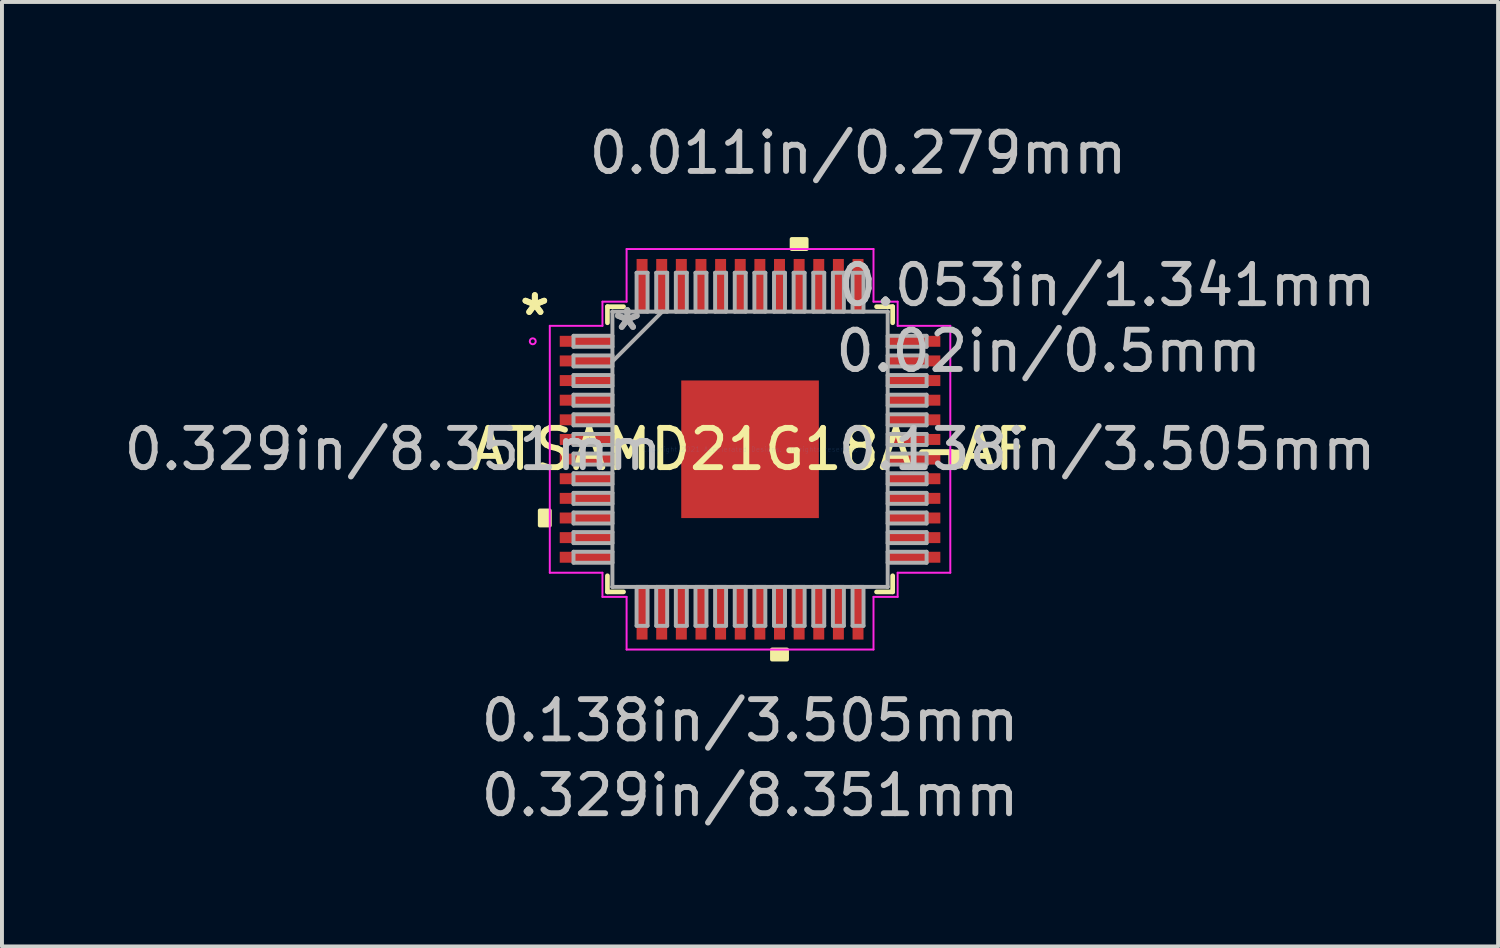
<source format=kicad_pcb>
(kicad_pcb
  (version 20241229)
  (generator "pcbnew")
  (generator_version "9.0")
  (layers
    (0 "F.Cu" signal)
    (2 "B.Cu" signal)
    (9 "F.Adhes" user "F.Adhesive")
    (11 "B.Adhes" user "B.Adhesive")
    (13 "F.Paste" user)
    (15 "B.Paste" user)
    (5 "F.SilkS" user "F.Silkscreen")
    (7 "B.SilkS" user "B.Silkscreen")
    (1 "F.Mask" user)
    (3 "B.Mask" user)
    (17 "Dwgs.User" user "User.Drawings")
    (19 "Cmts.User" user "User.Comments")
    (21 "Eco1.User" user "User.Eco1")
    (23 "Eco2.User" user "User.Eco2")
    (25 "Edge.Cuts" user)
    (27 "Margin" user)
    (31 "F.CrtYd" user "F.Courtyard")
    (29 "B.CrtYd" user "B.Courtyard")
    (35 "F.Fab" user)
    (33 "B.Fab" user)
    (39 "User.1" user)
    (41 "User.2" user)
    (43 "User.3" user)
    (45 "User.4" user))
  (footprint "ATSAMD21G18A-AF"
    (layer "F.Cu")
    (at 16.052 8.392)
    (property "Reference" "ATSAMD21G18A-AF" (at 0 0 0) (layer "F.SilkS") (effects (font (size 1 1) (thickness 0.15))))
    (attr through_hole)
    (fp_line (start -3.632 -3.632) (end -3.632 -3.222) (stroke (width 0.12) (type solid)) (layer "F.SilkS"))
    (fp_line (start -3.632 3.222) (end -3.632 3.632) (stroke (width 0.12) (type solid)) (layer "F.SilkS"))
    (fp_line (start -3.632 3.632) (end -3.222 3.632) (stroke (width 0.12) (type solid)) (layer "F.SilkS"))
    (fp_line (start -3.222 -3.632) (end -3.632 -3.632) (stroke (width 0.12) (type solid)) (layer "F.SilkS"))
    (fp_line (start 3.222 3.632) (end 3.632 3.632) (stroke (width 0.12) (type solid)) (layer "F.SilkS"))
    (fp_line (start 3.632 -3.632) (end 3.222 -3.632) (stroke (width 0.12) (type solid)) (layer "F.SilkS"))
    (fp_line (start 3.632 -3.222) (end 3.632 -3.632) (stroke (width 0.12) (type solid)) (layer "F.SilkS"))
    (fp_line (start 3.632 3.632) (end 3.632 3.222) (stroke (width 0.12) (type solid)) (layer "F.SilkS"))
    (fp_poly (pts (xy -5.354 1.559) (xy -5.354 1.94) (xy -5.1 1.94) (xy -5.1 1.559)) (stroke (width 0.1) (type solid)) (fill yes) (layer "F.SilkS"))
    (fp_poly (pts (xy 0.56 5.1) (xy 0.56 5.354) (xy 0.941 5.354) (xy 0.941 5.1)) (stroke (width 0.1) (type solid)) (fill yes) (layer "F.SilkS"))
    (fp_poly (pts (xy 1.06 -5.1) (xy 1.06 -5.354) (xy 1.44 -5.354) (xy 1.44 -5.1)) (stroke (width 0.1) (type solid)) (fill yes) (layer "F.SilkS"))
    (fp_poly (pts (xy 5.354 0.059) (xy 5.354 0.441) (xy 5.1 0.441) (xy 5.1 0.059)) (stroke (width 0.1) (type solid)) (fill yes) (layer "F.SilkS"))
    (fp_poly (pts (xy -1.653 -1.653) (xy -1.653 -0.1) (xy -0.1 -0.1) (xy -0.1 -1.653)) (stroke (width 0.1) (type solid)) (fill yes) (layer "F.Paste"))
    (fp_poly (pts (xy -1.653 0.1) (xy -1.653 1.653) (xy -0.1 1.653) (xy -0.1 0.1)) (stroke (width 0.1) (type solid)) (fill yes) (layer "F.Paste"))
    (fp_poly (pts (xy 0.1 -1.653) (xy 0.1 -0.1) (xy 1.653 -0.1) (xy 1.653 -1.653)) (stroke (width 0.1) (type solid)) (fill yes) (layer "F.Paste"))
    (fp_poly (pts (xy 0.1 0.1) (xy 0.1 1.653) (xy 1.653 1.653) (xy 1.653 0.1)) (stroke (width 0.1) (type solid)) (fill yes) (layer "F.Paste"))
    (fp_line (start -5.1 -3.144) (end -3.759 -3.144) (stroke (width 0.05) (type solid)) (layer "F.CrtYd"))
    (fp_line (start -5.1 3.144) (end -5.1 -3.144) (stroke (width 0.05) (type solid)) (layer "F.CrtYd"))
    (fp_line (start -3.759 -3.759) (end -3.144 -3.759) (stroke (width 0.05) (type solid)) (layer "F.CrtYd"))
    (fp_line (start -3.759 -3.144) (end -3.759 -3.759) (stroke (width 0.05) (type solid)) (layer "F.CrtYd"))
    (fp_line (start -3.759 3.144) (end -5.1 3.144) (stroke (width 0.05) (type solid)) (layer "F.CrtYd"))
    (fp_line (start -3.759 3.759) (end -3.759 3.144) (stroke (width 0.05) (type solid)) (layer "F.CrtYd"))
    (fp_line (start -3.144 -5.1) (end 3.144 -5.1) (stroke (width 0.05) (type solid)) (layer "F.CrtYd"))
    (fp_line (start -3.144 -3.759) (end -3.144 -5.1) (stroke (width 0.05) (type solid)) (layer "F.CrtYd"))
    (fp_line (start -3.144 3.759) (end -3.759 3.759) (stroke (width 0.05) (type solid)) (layer "F.CrtYd"))
    (fp_line (start -3.144 5.1) (end -3.144 3.759) (stroke (width 0.05) (type solid)) (layer "F.CrtYd"))
    (fp_line (start 3.144 -5.1) (end 3.144 -3.759) (stroke (width 0.05) (type solid)) (layer "F.CrtYd"))
    (fp_line (start 3.144 -3.759) (end 3.759 -3.759) (stroke (width 0.05) (type solid)) (layer "F.CrtYd"))
    (fp_line (start 3.144 3.759) (end 3.144 5.1) (stroke (width 0.05) (type solid)) (layer "F.CrtYd"))
    (fp_line (start 3.144 5.1) (end -3.144 5.1) (stroke (width 0.05) (type solid)) (layer "F.CrtYd"))
    (fp_line (start 3.759 -3.759) (end 3.759 -3.144) (stroke (width 0.05) (type solid)) (layer "F.CrtYd"))
    (fp_line (start 3.759 -3.144) (end 5.1 -3.144) (stroke (width 0.05) (type solid)) (layer "F.CrtYd"))
    (fp_line (start 3.759 3.144) (end 3.759 3.759) (stroke (width 0.05) (type solid)) (layer "F.CrtYd"))
    (fp_line (start 3.759 3.759) (end 3.144 3.759) (stroke (width 0.05) (type solid)) (layer "F.CrtYd"))
    (fp_line (start 5.1 -3.144) (end 5.1 3.144) (stroke (width 0.05) (type solid)) (layer "F.CrtYd"))
    (fp_line (start 5.1 3.144) (end 3.759 3.144) (stroke (width 0.05) (type solid)) (layer "F.CrtYd"))
    (fp_circle (center -5.534 -2.75) (end -5.458 -2.75) (stroke (width 0.05) (type solid)) (fill no) (layer "F.CrtYd"))
    (fp_line (start -4.496 -2.89) (end -4.496 -2.61) (stroke (width 0.1) (type solid)) (layer "F.Fab"))
    (fp_line (start -4.496 -2.61) (end -3.505 -2.61) (stroke (width 0.1) (type solid)) (layer "F.Fab"))
    (fp_line (start -4.496 -2.39) (end -4.496 -2.11) (stroke (width 0.1) (type solid)) (layer "F.Fab"))
    (fp_line (start -4.496 -2.11) (end -3.505 -2.11) (stroke (width 0.1) (type solid)) (layer "F.Fab"))
    (fp_line (start -4.496 -1.89) (end -4.496 -1.61) (stroke (width 0.1) (type solid)) (layer "F.Fab"))
    (fp_line (start -4.496 -1.61) (end -3.505 -1.61) (stroke (width 0.1) (type solid)) (layer "F.Fab"))
    (fp_line (start -4.496 -1.39) (end -4.496 -1.11) (stroke (width 0.1) (type solid)) (layer "F.Fab"))
    (fp_line (start -4.496 -1.11) (end -3.505 -1.11) (stroke (width 0.1) (type solid)) (layer "F.Fab"))
    (fp_line (start -4.496 -0.89) (end -4.496 -0.61) (stroke (width 0.1) (type solid)) (layer "F.Fab"))
    (fp_line (start -4.496 -0.61) (end -3.505 -0.61) (stroke (width 0.1) (type solid)) (layer "F.Fab"))
    (fp_line (start -4.496 -0.39) (end -4.496 -0.11) (stroke (width 0.1) (type solid)) (layer "F.Fab"))
    (fp_line (start -4.496 -0.11) (end -3.505 -0.11) (stroke (width 0.1) (type solid)) (layer "F.Fab"))
    (fp_line (start -4.496 0.11) (end -4.496 0.39) (stroke (width 0.1) (type solid)) (layer "F.Fab"))
    (fp_line (start -4.496 0.39) (end -3.505 0.39) (stroke (width 0.1) (type solid)) (layer "F.Fab"))
    (fp_line (start -4.496 0.61) (end -4.496 0.89) (stroke (width 0.1) (type solid)) (layer "F.Fab"))
    (fp_line (start -4.496 0.89) (end -3.505 0.89) (stroke (width 0.1) (type solid)) (layer "F.Fab"))
    (fp_line (start -4.496 1.11) (end -4.496 1.39) (stroke (width 0.1) (type solid)) (layer "F.Fab"))
    (fp_line (start -4.496 1.39) (end -3.505 1.39) (stroke (width 0.1) (type solid)) (layer "F.Fab"))
    (fp_line (start -4.496 1.61) (end -4.496 1.89) (stroke (width 0.1) (type solid)) (layer "F.Fab"))
    (fp_line (start -4.496 1.89) (end -3.505 1.89) (stroke (width 0.1) (type solid)) (layer "F.Fab"))
    (fp_line (start -4.496 2.11) (end -4.496 2.39) (stroke (width 0.1) (type solid)) (layer "F.Fab"))
    (fp_line (start -4.496 2.39) (end -3.505 2.39) (stroke (width 0.1) (type solid)) (layer "F.Fab"))
    (fp_line (start -4.496 2.61) (end -4.496 2.89) (stroke (width 0.1) (type solid)) (layer "F.Fab"))
    (fp_line (start -4.496 2.89) (end -3.505 2.89) (stroke (width 0.1) (type solid)) (layer "F.Fab"))
    (fp_line (start -3.505 -3.505) (end -3.505 -3.505) (stroke (width 0.1) (type solid)) (layer "F.Fab"))
    (fp_line (start -3.505 -3.505) (end -3.505 3.505) (stroke (width 0.1) (type solid)) (layer "F.Fab"))
    (fp_line (start -3.505 -2.89) (end -4.496 -2.89) (stroke (width 0.1) (type solid)) (layer "F.Fab"))
    (fp_line (start -3.505 -2.61) (end -3.505 -2.89) (stroke (width 0.1) (type solid)) (layer "F.Fab"))
    (fp_line (start -3.505 -2.39) (end -4.496 -2.39) (stroke (width 0.1) (type solid)) (layer "F.Fab"))
    (fp_line (start -3.505 -2.235) (end -2.235 -3.505) (stroke (width 0.1) (type solid)) (layer "F.Fab"))
    (fp_line (start -3.505 -2.11) (end -3.505 -2.39) (stroke (width 0.1) (type solid)) (layer "F.Fab"))
    (fp_line (start -3.505 -1.89) (end -4.496 -1.89) (stroke (width 0.1) (type solid)) (layer "F.Fab"))
    (fp_line (start -3.505 -1.61) (end -3.505 -1.89) (stroke (width 0.1) (type solid)) (layer "F.Fab"))
    (fp_line (start -3.505 -1.39) (end -4.496 -1.39) (stroke (width 0.1) (type solid)) (layer "F.Fab"))
    (fp_line (start -3.505 -1.11) (end -3.505 -1.39) (stroke (width 0.1) (type solid)) (layer "F.Fab"))
    (fp_line (start -3.505 -0.89) (end -4.496 -0.89) (stroke (width 0.1) (type solid)) (layer "F.Fab"))
    (fp_line (start -3.505 -0.61) (end -3.505 -0.89) (stroke (width 0.1) (type solid)) (layer "F.Fab"))
    (fp_line (start -3.505 -0.39) (end -4.496 -0.39) (stroke (width 0.1) (type solid)) (layer "F.Fab"))
    (fp_line (start -3.505 -0.11) (end -3.505 -0.39) (stroke (width 0.1) (type solid)) (layer "F.Fab"))
    (fp_line (start -3.505 0.11) (end -4.496 0.11) (stroke (width 0.1) (type solid)) (layer "F.Fab"))
    (fp_line (start -3.505 0.39) (end -3.505 0.11) (stroke (width 0.1) (type solid)) (layer "F.Fab"))
    (fp_line (start -3.505 0.61) (end -4.496 0.61) (stroke (width 0.1) (type solid)) (layer "F.Fab"))
    (fp_line (start -3.505 0.89) (end -3.505 0.61) (stroke (width 0.1) (type solid)) (layer "F.Fab"))
    (fp_line (start -3.505 1.11) (end -4.496 1.11) (stroke (width 0.1) (type solid)) (layer "F.Fab"))
    (fp_line (start -3.505 1.39) (end -3.505 1.11) (stroke (width 0.1) (type solid)) (layer "F.Fab"))
    (fp_line (start -3.505 1.61) (end -4.496 1.61) (stroke (width 0.1) (type solid)) (layer "F.Fab"))
    (fp_line (start -3.505 1.89) (end -3.505 1.61) (stroke (width 0.1) (type solid)) (layer "F.Fab"))
    (fp_line (start -3.505 2.11) (end -4.496 2.11) (stroke (width 0.1) (type solid)) (layer "F.Fab"))
    (fp_line (start -3.505 2.39) (end -3.505 2.11) (stroke (width 0.1) (type solid)) (layer "F.Fab"))
    (fp_line (start -3.505 2.61) (end -4.496 2.61) (stroke (width 0.1) (type solid)) (layer "F.Fab"))
    (fp_line (start -3.505 2.89) (end -3.505 2.61) (stroke (width 0.1) (type solid)) (layer "F.Fab"))
    (fp_line (start -3.505 3.505) (end -3.505 3.505) (stroke (width 0.1) (type solid)) (layer "F.Fab"))
    (fp_line (start -3.505 3.505) (end 3.505 3.505) (stroke (width 0.1) (type solid)) (layer "F.Fab"))
    (fp_line (start -2.89 -4.496) (end -2.89 -3.505) (stroke (width 0.1) (type solid)) (layer "F.Fab"))
    (fp_line (start -2.89 -3.505) (end -2.61 -3.505) (stroke (width 0.1) (type solid)) (layer "F.Fab"))
    (fp_line (start -2.89 3.505) (end -2.89 4.496) (stroke (width 0.1) (type solid)) (layer "F.Fab"))
    (fp_line (start -2.89 4.496) (end -2.61 4.496) (stroke (width 0.1) (type solid)) (layer "F.Fab"))
    (fp_line (start -2.61 -4.496) (end -2.89 -4.496) (stroke (width 0.1) (type solid)) (layer "F.Fab"))
    (fp_line (start -2.61 -3.505) (end -2.61 -4.496) (stroke (width 0.1) (type solid)) (layer "F.Fab"))
    (fp_line (start -2.61 3.505) (end -2.89 3.505) (stroke (width 0.1) (type solid)) (layer "F.Fab"))
    (fp_line (start -2.61 4.496) (end -2.61 3.505) (stroke (width 0.1) (type solid)) (layer "F.Fab"))
    (fp_line (start -2.39 -4.496) (end -2.39 -3.505) (stroke (width 0.1) (type solid)) (layer "F.Fab"))
    (fp_line (start -2.39 -3.505) (end -2.11 -3.505) (stroke (width 0.1) (type solid)) (layer "F.Fab"))
    (fp_line (start -2.39 3.505) (end -2.39 4.496) (stroke (width 0.1) (type solid)) (layer "F.Fab"))
    (fp_line (start -2.39 4.496) (end -2.11 4.496) (stroke (width 0.1) (type solid)) (layer "F.Fab"))
    (fp_line (start -2.11 -4.496) (end -2.39 -4.496) (stroke (width 0.1) (type solid)) (layer "F.Fab"))
    (fp_line (start -2.11 -3.505) (end -2.11 -4.496) (stroke (width 0.1) (type solid)) (layer "F.Fab"))
    (fp_line (start -2.11 3.505) (end -2.39 3.505) (stroke (width 0.1) (type solid)) (layer "F.Fab"))
    (fp_line (start -2.11 4.496) (end -2.11 3.505) (stroke (width 0.1) (type solid)) (layer "F.Fab"))
    (fp_line (start -1.89 -4.496) (end -1.89 -3.505) (stroke (width 0.1) (type solid)) (layer "F.Fab"))
    (fp_line (start -1.89 -3.505) (end -1.61 -3.505) (stroke (width 0.1) (type solid)) (layer "F.Fab"))
    (fp_line (start -1.89 3.505) (end -1.89 4.496) (stroke (width 0.1) (type solid)) (layer "F.Fab"))
    (fp_line (start -1.89 4.496) (end -1.61 4.496) (stroke (width 0.1) (type solid)) (layer "F.Fab"))
    (fp_line (start -1.61 -4.496) (end -1.89 -4.496) (stroke (width 0.1) (type solid)) (layer "F.Fab"))
    (fp_line (start -1.61 -3.505) (end -1.61 -4.496) (stroke (width 0.1) (type solid)) (layer "F.Fab"))
    (fp_line (start -1.61 3.505) (end -1.89 3.505) (stroke (width 0.1) (type solid)) (layer "F.Fab"))
    (fp_line (start -1.61 4.496) (end -1.61 3.505) (stroke (width 0.1) (type solid)) (layer "F.Fab"))
    (fp_line (start -1.39 -4.496) (end -1.39 -3.505) (stroke (width 0.1) (type solid)) (layer "F.Fab"))
    (fp_line (start -1.39 -3.505) (end -1.11 -3.505) (stroke (width 0.1) (type solid)) (layer "F.Fab"))
    (fp_line (start -1.39 3.505) (end -1.39 4.496) (stroke (width 0.1) (type solid)) (layer "F.Fab"))
    (fp_line (start -1.39 4.496) (end -1.11 4.496) (stroke (width 0.1) (type solid)) (layer "F.Fab"))
    (fp_line (start -1.11 -4.496) (end -1.39 -4.496) (stroke (width 0.1) (type solid)) (layer "F.Fab"))
    (fp_line (start -1.11 -3.505) (end -1.11 -4.496) (stroke (width 0.1) (type solid)) (layer "F.Fab"))
    (fp_line (start -1.11 3.505) (end -1.39 3.505) (stroke (width 0.1) (type solid)) (layer "F.Fab"))
    (fp_line (start -1.11 4.496) (end -1.11 3.505) (stroke (width 0.1) (type solid)) (layer "F.Fab"))
    (fp_line (start -0.89 -4.496) (end -0.89 -3.505) (stroke (width 0.1) (type solid)) (layer "F.Fab"))
    (fp_line (start -0.89 -3.505) (end -0.61 -3.505) (stroke (width 0.1) (type solid)) (layer "F.Fab"))
    (fp_line (start -0.89 3.505) (end -0.89 4.496) (stroke (width 0.1) (type solid)) (layer "F.Fab"))
    (fp_line (start -0.89 4.496) (end -0.61 4.496) (stroke (width 0.1) (type solid)) (layer "F.Fab"))
    (fp_line (start -0.61 -4.496) (end -0.89 -4.496) (stroke (width 0.1) (type solid)) (layer "F.Fab"))
    (fp_line (start -0.61 -3.505) (end -0.61 -4.496) (stroke (width 0.1) (type solid)) (layer "F.Fab"))
    (fp_line (start -0.61 3.505) (end -0.89 3.505) (stroke (width 0.1) (type solid)) (layer "F.Fab"))
    (fp_line (start -0.61 4.496) (end -0.61 3.505) (stroke (width 0.1) (type solid)) (layer "F.Fab"))
    (fp_line (start -0.39 -4.496) (end -0.39 -3.505) (stroke (width 0.1) (type solid)) (layer "F.Fab"))
    (fp_line (start -0.39 -3.505) (end -0.11 -3.505) (stroke (width 0.1) (type solid)) (layer "F.Fab"))
    (fp_line (start -0.39 3.505) (end -0.39 4.496) (stroke (width 0.1) (type solid)) (layer "F.Fab"))
    (fp_line (start -0.39 4.496) (end -0.11 4.496) (stroke (width 0.1) (type solid)) (layer "F.Fab"))
    (fp_line (start -0.11 -4.496) (end -0.39 -4.496) (stroke (width 0.1) (type solid)) (layer "F.Fab"))
    (fp_line (start -0.11 -3.505) (end -0.11 -4.496) (stroke (width 0.1) (type solid)) (layer "F.Fab"))
    (fp_line (start -0.11 3.505) (end -0.39 3.505) (stroke (width 0.1) (type solid)) (layer "F.Fab"))
    (fp_line (start -0.11 4.496) (end -0.11 3.505) (stroke (width 0.1) (type solid)) (layer "F.Fab"))
    (fp_line (start 0.11 -4.496) (end 0.11 -3.505) (stroke (width 0.1) (type solid)) (layer "F.Fab"))
    (fp_line (start 0.11 -3.505) (end 0.39 -3.505) (stroke (width 0.1) (type solid)) (layer "F.Fab"))
    (fp_line (start 0.11 3.505) (end 0.11 4.496) (stroke (width 0.1) (type solid)) (layer "F.Fab"))
    (fp_line (start 0.11 4.496) (end 0.39 4.496) (stroke (width 0.1) (type solid)) (layer "F.Fab"))
    (fp_line (start 0.39 -4.496) (end 0.11 -4.496) (stroke (width 0.1) (type solid)) (layer "F.Fab"))
    (fp_line (start 0.39 -3.505) (end 0.39 -4.496) (stroke (width 0.1) (type solid)) (layer "F.Fab"))
    (fp_line (start 0.39 3.505) (end 0.11 3.505) (stroke (width 0.1) (type solid)) (layer "F.Fab"))
    (fp_line (start 0.39 4.496) (end 0.39 3.505) (stroke (width 0.1) (type solid)) (layer "F.Fab"))
    (fp_line (start 0.61 -4.496) (end 0.61 -3.505) (stroke (width 0.1) (type solid)) (layer "F.Fab"))
    (fp_line (start 0.61 -3.505) (end 0.89 -3.505) (stroke (width 0.1) (type solid)) (layer "F.Fab"))
    (fp_line (start 0.61 3.505) (end 0.61 4.496) (stroke (width 0.1) (type solid)) (layer "F.Fab"))
    (fp_line (start 0.61 4.496) (end 0.89 4.496) (stroke (width 0.1) (type solid)) (layer "F.Fab"))
    (fp_line (start 0.89 -4.496) (end 0.61 -4.496) (stroke (width 0.1) (type solid)) (layer "F.Fab"))
    (fp_line (start 0.89 -3.505) (end 0.89 -4.496) (stroke (width 0.1) (type solid)) (layer "F.Fab"))
    (fp_line (start 0.89 3.505) (end 0.61 3.505) (stroke (width 0.1) (type solid)) (layer "F.Fab"))
    (fp_line (start 0.89 4.496) (end 0.89 3.505) (stroke (width 0.1) (type solid)) (layer "F.Fab"))
    (fp_line (start 1.11 -4.496) (end 1.11 -3.505) (stroke (width 0.1) (type solid)) (layer "F.Fab"))
    (fp_line (start 1.11 -3.505) (end 1.39 -3.505) (stroke (width 0.1) (type solid)) (layer "F.Fab"))
    (fp_line (start 1.11 3.505) (end 1.11 4.496) (stroke (width 0.1) (type solid)) (layer "F.Fab"))
    (fp_line (start 1.11 4.496) (end 1.39 4.496) (stroke (width 0.1) (type solid)) (layer "F.Fab"))
    (fp_line (start 1.39 -4.496) (end 1.11 -4.496) (stroke (width 0.1) (type solid)) (layer "F.Fab"))
    (fp_line (start 1.39 -3.505) (end 1.39 -4.496) (stroke (width 0.1) (type solid)) (layer "F.Fab"))
    (fp_line (start 1.39 3.505) (end 1.11 3.505) (stroke (width 0.1) (type solid)) (layer "F.Fab"))
    (fp_line (start 1.39 4.496) (end 1.39 3.505) (stroke (width 0.1) (type solid)) (layer "F.Fab"))
    (fp_line (start 1.61 -4.496) (end 1.61 -3.505) (stroke (width 0.1) (type solid)) (layer "F.Fab"))
    (fp_line (start 1.61 -3.505) (end 1.89 -3.505) (stroke (width 0.1) (type solid)) (layer "F.Fab"))
    (fp_line (start 1.61 3.505) (end 1.61 4.496) (stroke (width 0.1) (type solid)) (layer "F.Fab"))
    (fp_line (start 1.61 4.496) (end 1.89 4.496) (stroke (width 0.1) (type solid)) (layer "F.Fab"))
    (fp_line (start 1.89 -4.496) (end 1.61 -4.496) (stroke (width 0.1) (type solid)) (layer "F.Fab"))
    (fp_line (start 1.89 -3.505) (end 1.89 -4.496) (stroke (width 0.1) (type solid)) (layer "F.Fab"))
    (fp_line (start 1.89 3.505) (end 1.61 3.505) (stroke (width 0.1) (type solid)) (layer "F.Fab"))
    (fp_line (start 1.89 4.496) (end 1.89 3.505) (stroke (width 0.1) (type solid)) (layer "F.Fab"))
    (fp_line (start 2.11 -4.496) (end 2.11 -3.505) (stroke (width 0.1) (type solid)) (layer "F.Fab"))
    (fp_line (start 2.11 -3.505) (end 2.39 -3.505) (stroke (width 0.1) (type solid)) (layer "F.Fab"))
    (fp_line (start 2.11 3.505) (end 2.11 4.496) (stroke (width 0.1) (type solid)) (layer "F.Fab"))
    (fp_line (start 2.11 4.496) (end 2.39 4.496) (stroke (width 0.1) (type solid)) (layer "F.Fab"))
    (fp_line (start 2.39 -4.496) (end 2.11 -4.496) (stroke (width 0.1) (type solid)) (layer "F.Fab"))
    (fp_line (start 2.39 -3.505) (end 2.39 -4.496) (stroke (width 0.1) (type solid)) (layer "F.Fab"))
    (fp_line (start 2.39 3.505) (end 2.11 3.505) (stroke (width 0.1) (type solid)) (layer "F.Fab"))
    (fp_line (start 2.39 4.496) (end 2.39 3.505) (stroke (width 0.1) (type solid)) (layer "F.Fab"))
    (fp_line (start 2.61 -4.496) (end 2.61 -3.505) (stroke (width 0.1) (type solid)) (layer "F.Fab"))
    (fp_line (start 2.61 -3.505) (end 2.89 -3.505) (stroke (width 0.1) (type solid)) (layer "F.Fab"))
    (fp_line (start 2.61 3.505) (end 2.61 4.496) (stroke (width 0.1) (type solid)) (layer "F.Fab"))
    (fp_line (start 2.61 4.496) (end 2.89 4.496) (stroke (width 0.1) (type solid)) (layer "F.Fab"))
    (fp_line (start 2.89 -4.496) (end 2.61 -4.496) (stroke (width 0.1) (type solid)) (layer "F.Fab"))
    (fp_line (start 2.89 -3.505) (end 2.89 -4.496) (stroke (width 0.1) (type solid)) (layer "F.Fab"))
    (fp_line (start 2.89 3.505) (end 2.61 3.505) (stroke (width 0.1) (type solid)) (layer "F.Fab"))
    (fp_line (start 2.89 4.496) (end 2.89 3.505) (stroke (width 0.1) (type solid)) (layer "F.Fab"))
    (fp_line (start 3.505 -3.505) (end -3.505 -3.505) (stroke (width 0.1) (type solid)) (layer "F.Fab"))
    (fp_line (start 3.505 -3.505) (end 3.505 -3.505) (stroke (width 0.1) (type solid)) (layer "F.Fab"))
    (fp_line (start 3.505 -2.89) (end 3.505 -2.61) (stroke (width 0.1) (type solid)) (layer "F.Fab"))
    (fp_line (start 3.505 -2.61) (end 4.496 -2.61) (stroke (width 0.1) (type solid)) (layer "F.Fab"))
    (fp_line (start 3.505 -2.39) (end 3.505 -2.11) (stroke (width 0.1) (type solid)) (layer "F.Fab"))
    (fp_line (start 3.505 -2.11) (end 4.496 -2.11) (stroke (width 0.1) (type solid)) (layer "F.Fab"))
    (fp_line (start 3.505 -1.89) (end 3.505 -1.61) (stroke (width 0.1) (type solid)) (layer "F.Fab"))
    (fp_line (start 3.505 -1.61) (end 4.496 -1.61) (stroke (width 0.1) (type solid)) (layer "F.Fab"))
    (fp_line (start 3.505 -1.39) (end 3.505 -1.11) (stroke (width 0.1) (type solid)) (layer "F.Fab"))
    (fp_line (start 3.505 -1.11) (end 4.496 -1.11) (stroke (width 0.1) (type solid)) (layer "F.Fab"))
    (fp_line (start 3.505 -0.89) (end 3.505 -0.61) (stroke (width 0.1) (type solid)) (layer "F.Fab"))
    (fp_line (start 3.505 -0.61) (end 4.496 -0.61) (stroke (width 0.1) (type solid)) (layer "F.Fab"))
    (fp_line (start 3.505 -0.39) (end 3.505 -0.11) (stroke (width 0.1) (type solid)) (layer "F.Fab"))
    (fp_line (start 3.505 -0.11) (end 4.496 -0.11) (stroke (width 0.1) (type solid)) (layer "F.Fab"))
    (fp_line (start 3.505 0.11) (end 3.505 0.39) (stroke (width 0.1) (type solid)) (layer "F.Fab"))
    (fp_line (start 3.505 0.39) (end 4.496 0.39) (stroke (width 0.1) (type solid)) (layer "F.Fab"))
    (fp_line (start 3.505 0.61) (end 3.505 0.89) (stroke (width 0.1) (type solid)) (layer "F.Fab"))
    (fp_line (start 3.505 0.89) (end 4.496 0.89) (stroke (width 0.1) (type solid)) (layer "F.Fab"))
    (fp_line (start 3.505 1.11) (end 3.505 1.39) (stroke (width 0.1) (type solid)) (layer "F.Fab"))
    (fp_line (start 3.505 1.39) (end 4.496 1.39) (stroke (width 0.1) (type solid)) (layer "F.Fab"))
    (fp_line (start 3.505 1.61) (end 3.505 1.89) (stroke (width 0.1) (type solid)) (layer "F.Fab"))
    (fp_line (start 3.505 1.89) (end 4.496 1.89) (stroke (width 0.1) (type solid)) (layer "F.Fab"))
    (fp_line (start 3.505 2.11) (end 3.505 2.39) (stroke (width 0.1) (type solid)) (layer "F.Fab"))
    (fp_line (start 3.505 2.39) (end 4.496 2.39) (stroke (width 0.1) (type solid)) (layer "F.Fab"))
    (fp_line (start 3.505 2.61) (end 3.505 2.89) (stroke (width 0.1) (type solid)) (layer "F.Fab"))
    (fp_line (start 3.505 2.89) (end 4.496 2.89) (stroke (width 0.1) (type solid)) (layer "F.Fab"))
    (fp_line (start 3.505 3.505) (end 3.505 -3.505) (stroke (width 0.1) (type solid)) (layer "F.Fab"))
    (fp_line (start 3.505 3.505) (end 3.505 3.505) (stroke (width 0.1) (type solid)) (layer "F.Fab"))
    (fp_line (start 4.496 -2.89) (end 3.505 -2.89) (stroke (width 0.1) (type solid)) (layer "F.Fab"))
    (fp_line (start 4.496 -2.61) (end 4.496 -2.89) (stroke (width 0.1) (type solid)) (layer "F.Fab"))
    (fp_line (start 4.496 -2.39) (end 3.505 -2.39) (stroke (width 0.1) (type solid)) (layer "F.Fab"))
    (fp_line (start 4.496 -2.11) (end 4.496 -2.39) (stroke (width 0.1) (type solid)) (layer "F.Fab"))
    (fp_line (start 4.496 -1.89) (end 3.505 -1.89) (stroke (width 0.1) (type solid)) (layer "F.Fab"))
    (fp_line (start 4.496 -1.61) (end 4.496 -1.89) (stroke (width 0.1) (type solid)) (layer "F.Fab"))
    (fp_line (start 4.496 -1.39) (end 3.505 -1.39) (stroke (width 0.1) (type solid)) (layer "F.Fab"))
    (fp_line (start 4.496 -1.11) (end 4.496 -1.39) (stroke (width 0.1) (type solid)) (layer "F.Fab"))
    (fp_line (start 4.496 -0.89) (end 3.505 -0.89) (stroke (width 0.1) (type solid)) (layer "F.Fab"))
    (fp_line (start 4.496 -0.61) (end 4.496 -0.89) (stroke (width 0.1) (type solid)) (layer "F.Fab"))
    (fp_line (start 4.496 -0.39) (end 3.505 -0.39) (stroke (width 0.1) (type solid)) (layer "F.Fab"))
    (fp_line (start 4.496 -0.11) (end 4.496 -0.39) (stroke (width 0.1) (type solid)) (layer "F.Fab"))
    (fp_line (start 4.496 0.11) (end 3.505 0.11) (stroke (width 0.1) (type solid)) (layer "F.Fab"))
    (fp_line (start 4.496 0.39) (end 4.496 0.11) (stroke (width 0.1) (type solid)) (layer "F.Fab"))
    (fp_line (start 4.496 0.61) (end 3.505 0.61) (stroke (width 0.1) (type solid)) (layer "F.Fab"))
    (fp_line (start 4.496 0.89) (end 4.496 0.61) (stroke (width 0.1) (type solid)) (layer "F.Fab"))
    (fp_line (start 4.496 1.11) (end 3.505 1.11) (stroke (width 0.1) (type solid)) (layer "F.Fab"))
    (fp_line (start 4.496 1.39) (end 4.496 1.11) (stroke (width 0.1) (type solid)) (layer "F.Fab"))
    (fp_line (start 4.496 1.61) (end 3.505 1.61) (stroke (width 0.1) (type solid)) (layer "F.Fab"))
    (fp_line (start 4.496 1.89) (end 4.496 1.61) (stroke (width 0.1) (type solid)) (layer "F.Fab"))
    (fp_line (start 4.496 2.11) (end 3.505 2.11) (stroke (width 0.1) (type solid)) (layer "F.Fab"))
    (fp_line (start 4.496 2.39) (end 4.496 2.11) (stroke (width 0.1) (type solid)) (layer "F.Fab"))
    (fp_line (start 4.496 2.61) (end 3.505 2.61) (stroke (width 0.1) (type solid)) (layer "F.Fab"))
    (fp_line (start 4.496 2.89) (end 4.496 2.61) (stroke (width 0.1) (type solid)) (layer "F.Fab"))
    (fp_text user "*" (at -5.481 -3.381 0) (layer "F.SilkS") (effects (font (size 1 1) (thickness 0.15))))
    (fp_text user "*" (at -5.481 -3.381 0) (layer "F.SilkS") (effects (font (size 1 1) (thickness 0.15))))
    (fp_text user "0.02in/0.5mm" (at 7.604 -2.5 0) (layer "Dwgs.User") (effects (font (size 1 1) (thickness 0.15))))
    (fp_text user "0.011in/0.279mm" (at 2.75 -7.544 0) (layer "Dwgs.User") (effects (font (size 1 1) (thickness 0.15))))
    (fp_text user "0.329in/8.351mm" (at -9.093 0 0) (layer "Dwgs.User") (effects (font (size 1 1) (thickness 0.15))))
    (fp_text user "0.329in/8.351mm" (at 0 8.814 0) (layer "Dwgs.User") (effects (font (size 1 1) (thickness 0.15))))
    (fp_text user "0.053in/1.341mm" (at 9.093 -4.176 0) (layer "Dwgs.User") (effects (font (size 1 1) (thickness 0.15))))
    (fp_text user "0.138in/3.505mm" (at 0 6.909 0) (layer "Dwgs.User") (effects (font (size 1 1) (thickness 0.15))))
    (fp_text user "0.138in/3.505mm" (at 9.093 0 0) (layer "Dwgs.User") (effects (font (size 1 1) (thickness 0.15))))
    (fp_text user "Copyright 2021 Accelerated Designs. All rights reserved." (at 0 0 0) (layer "Cmts.User") (effects (font (size 0.127 0.127) (thickness 0.002))))
    (fp_text user "*" (at -3.124 -3 0) (layer "F.Fab") (effects (font (size 1 1) (thickness 0.15))))
    (fp_text user "*" (at -3.124 -3 0) (layer "F.Fab") (effects (font (size 1 1) (thickness 0.15))))
    (pad "1" smd rect (at -4.176 -2.75 90) (size 0.279 1.341) (layers "F.Cu" "F.Mask" "F.Paste"))
    (pad "2" smd rect (at -4.176 -2.25 90) (size 0.279 1.341) (layers "F.Cu" "F.Mask" "F.Paste"))
    (pad "3" smd rect (at -4.176 -1.75 90) (size 0.279 1.341) (layers "F.Cu" "F.Mask" "F.Paste"))
    (pad "4" smd rect (at -4.176 -1.25 90) (size 0.279 1.341) (layers "F.Cu" "F.Mask" "F.Paste"))
    (pad "5" smd rect (at -4.176 -0.75 90) (size 0.279 1.341) (layers "F.Cu" "F.Mask" "F.Paste"))
    (pad "6" smd rect (at -4.176 -0.25 90) (size 0.279 1.341) (layers "F.Cu" "F.Mask" "F.Paste"))
    (pad "7" smd rect (at -4.176 0.25 90) (size 0.279 1.341) (layers "F.Cu" "F.Mask" "F.Paste"))
    (pad "8" smd rect (at -4.176 0.75 90) (size 0.279 1.341) (layers "F.Cu" "F.Mask" "F.Paste"))
    (pad "9" smd rect (at -4.176 1.25 90) (size 0.279 1.341) (layers "F.Cu" "F.Mask" "F.Paste"))
    (pad "10" smd rect (at -4.176 1.75 90) (size 0.279 1.341) (layers "F.Cu" "F.Mask" "F.Paste"))
    (pad "11" smd rect (at -4.176 2.25 90) (size 0.279 1.341) (layers "F.Cu" "F.Mask" "F.Paste"))
    (pad "12" smd rect (at -4.176 2.75 90) (size 0.279 1.341) (layers "F.Cu" "F.Mask" "F.Paste"))
    (pad "13" smd rect (at -2.75 4.176) (size 0.279 1.341) (layers "F.Cu" "F.Mask" "F.Paste"))
    (pad "14" smd rect (at -2.25 4.176) (size 0.279 1.341) (layers "F.Cu" "F.Mask" "F.Paste"))
    (pad "15" smd rect (at -1.75 4.176) (size 0.279 1.341) (layers "F.Cu" "F.Mask" "F.Paste"))
    (pad "16" smd rect (at -1.25 4.176) (size 0.279 1.341) (layers "F.Cu" "F.Mask" "F.Paste"))
    (pad "17" smd rect (at -0.75 4.176) (size 0.279 1.341) (layers "F.Cu" "F.Mask" "F.Paste"))
    (pad "18" smd rect (at -0.25 4.176) (size 0.279 1.341) (layers "F.Cu" "F.Mask" "F.Paste"))
    (pad "19" smd rect (at 0.25 4.176) (size 0.279 1.341) (layers "F.Cu" "F.Mask" "F.Paste"))
    (pad "20" smd rect (at 0.75 4.176) (size 0.279 1.341) (layers "F.Cu" "F.Mask" "F.Paste"))
    (pad "21" smd rect (at 1.25 4.176) (size 0.279 1.341) (layers "F.Cu" "F.Mask" "F.Paste"))
    (pad "22" smd rect (at 1.75 4.176) (size 0.279 1.341) (layers "F.Cu" "F.Mask" "F.Paste"))
    (pad "23" smd rect (at 2.25 4.176) (size 0.279 1.341) (layers "F.Cu" "F.Mask" "F.Paste"))
    (pad "24" smd rect (at 2.75 4.176) (size 0.279 1.341) (layers "F.Cu" "F.Mask" "F.Paste"))
    (pad "25" smd rect (at 4.176 2.75 90) (size 0.279 1.341) (layers "F.Cu" "F.Mask" "F.Paste"))
    (pad "26" smd rect (at 4.176 2.25 90) (size 0.279 1.341) (layers "F.Cu" "F.Mask" "F.Paste"))
    (pad "27" smd rect (at 4.176 1.75 90) (size 0.279 1.341) (layers "F.Cu" "F.Mask" "F.Paste"))
    (pad "28" smd rect (at 4.176 1.25 90) (size 0.279 1.341) (layers "F.Cu" "F.Mask" "F.Paste"))
    (pad "29" smd rect (at 4.176 0.75 90) (size 0.279 1.341) (layers "F.Cu" "F.Mask" "F.Paste"))
    (pad "30" smd rect (at 4.176 0.25 90) (size 0.279 1.341) (layers "F.Cu" "F.Mask" "F.Paste"))
    (pad "31" smd rect (at 4.176 -0.25 90) (size 0.279 1.341) (layers "F.Cu" "F.Mask" "F.Paste"))
    (pad "32" smd rect (at 4.176 -0.75 90) (size 0.279 1.341) (layers "F.Cu" "F.Mask" "F.Paste"))
    (pad "33" smd rect (at 4.176 -1.25 90) (size 0.279 1.341) (layers "F.Cu" "F.Mask" "F.Paste"))
    (pad "34" smd rect (at 4.176 -1.75 90) (size 0.279 1.341) (layers "F.Cu" "F.Mask" "F.Paste"))
    (pad "35" smd rect (at 4.176 -2.25 90) (size 0.279 1.341) (layers "F.Cu" "F.Mask" "F.Paste"))
    (pad "36" smd rect (at 4.176 -2.75 90) (size 0.279 1.341) (layers "F.Cu" "F.Mask" "F.Paste"))
    (pad "37" smd rect (at 2.75 -4.176) (size 0.279 1.341) (layers "F.Cu" "F.Mask" "F.Paste"))
    (pad "38" smd rect (at 2.25 -4.176) (size 0.279 1.341) (layers "F.Cu" "F.Mask" "F.Paste"))
    (pad "39" smd rect (at 1.75 -4.176) (size 0.279 1.341) (layers "F.Cu" "F.Mask" "F.Paste"))
    (pad "40" smd rect (at 1.25 -4.176) (size 0.279 1.341) (layers "F.Cu" "F.Mask" "F.Paste"))
    (pad "41" smd rect (at 0.75 -4.176) (size 0.279 1.341) (layers "F.Cu" "F.Mask" "F.Paste"))
    (pad "42" smd rect (at 0.25 -4.176) (size 0.279 1.341) (layers "F.Cu" "F.Mask" "F.Paste"))
    (pad "43" smd rect (at -0.25 -4.176) (size 0.279 1.341) (layers "F.Cu" "F.Mask" "F.Paste"))
    (pad "44" smd rect (at -0.75 -4.176) (size 0.279 1.341) (layers "F.Cu" "F.Mask" "F.Paste"))
    (pad "45" smd rect (at -1.25 -4.176) (size 0.279 1.341) (layers "F.Cu" "F.Mask" "F.Paste"))
    (pad "46" smd rect (at -1.75 -4.176) (size 0.279 1.341) (layers "F.Cu" "F.Mask" "F.Paste"))
    (pad "47" smd rect (at -2.25 -4.176) (size 0.279 1.341) (layers "F.Cu" "F.Mask" "F.Paste"))
    (pad "48" smd rect (at -2.75 -4.176) (size 0.279 1.341) (layers "F.Cu" "F.Mask" "F.Paste"))
    (pad "EPAD" smd rect (at 0 0) (size 3.505 3.505) (layers "F.Cu" "F.Mask")))
  (gr_rect
    (start -3 -3)
    (end 35.103 21.054)
    (stroke (width 0.1) (type default))
    (fill no)
    (layer "Edge.Cuts")))
</source>
